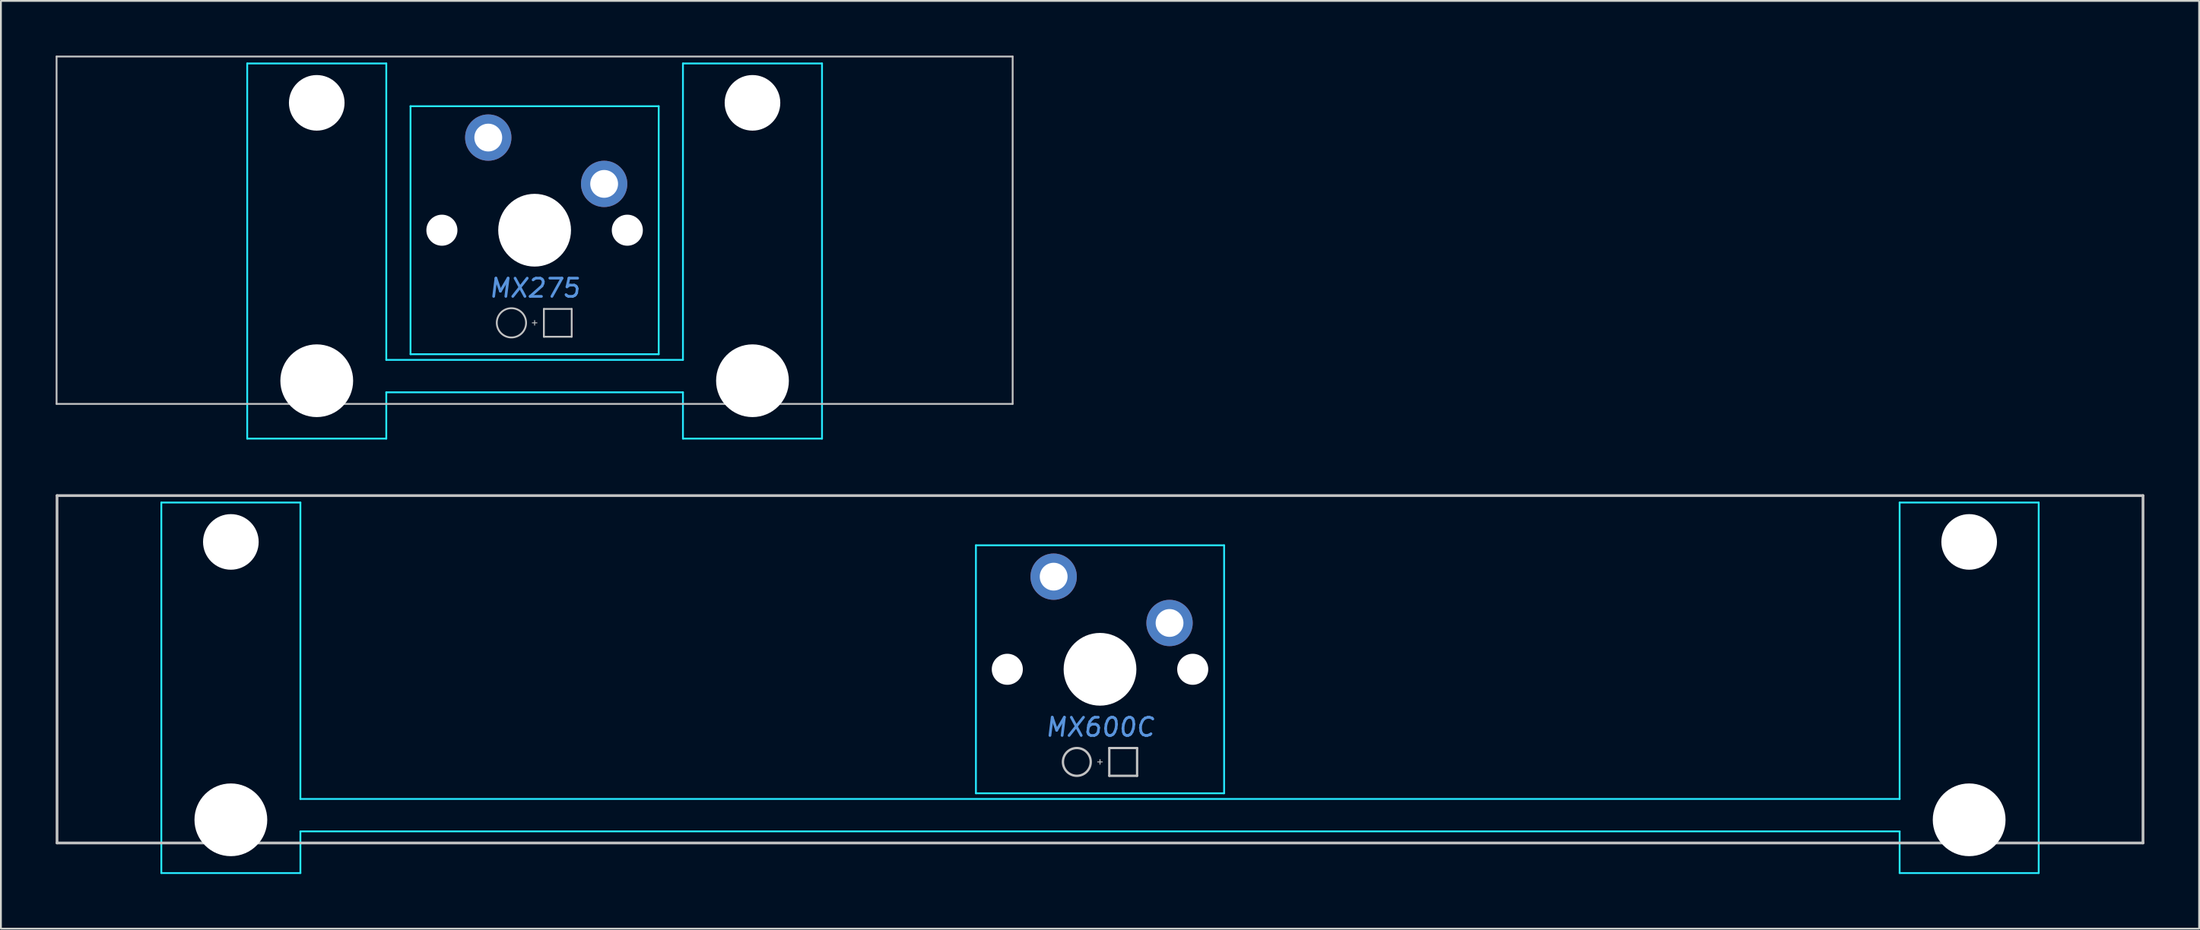
<source format=kicad_pcb>
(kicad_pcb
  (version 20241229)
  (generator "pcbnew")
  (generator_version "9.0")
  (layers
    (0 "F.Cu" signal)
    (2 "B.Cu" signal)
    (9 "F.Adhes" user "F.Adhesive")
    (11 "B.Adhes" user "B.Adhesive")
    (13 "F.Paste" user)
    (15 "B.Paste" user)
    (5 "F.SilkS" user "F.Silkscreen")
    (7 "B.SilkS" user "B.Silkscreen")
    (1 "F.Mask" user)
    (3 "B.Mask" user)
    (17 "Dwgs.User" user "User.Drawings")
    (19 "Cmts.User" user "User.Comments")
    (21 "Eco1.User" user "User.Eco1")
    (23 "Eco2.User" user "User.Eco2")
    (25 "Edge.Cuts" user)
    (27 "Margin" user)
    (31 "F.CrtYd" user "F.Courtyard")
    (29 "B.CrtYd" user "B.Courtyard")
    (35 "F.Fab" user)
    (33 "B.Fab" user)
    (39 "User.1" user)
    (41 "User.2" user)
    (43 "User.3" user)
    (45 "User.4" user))
  (footprint "MX600C"
    (layer "F.Cu")
    (at 57.225 33.655)
    (property "Reference" "MX600C" (at 0 3.175 0) (layer "Cmts.User") (effects (font (size 1 1) (thickness 0.15) (italic yes))))
    (attr through_hole)
    (fp_line (start -57.15 -9.525) (end 57.15 -9.525) (stroke (width 0.15) (type solid)) (layer "Dwgs.User"))
    (fp_line (start -57.15 9.525) (end -57.15 -9.525) (stroke (width 0.15) (type solid)) (layer "Dwgs.User"))
    (fp_line (start -57.15 9.525) (end 57.15 9.525) (stroke (width 0.15) (type solid)) (layer "Dwgs.User"))
    (fp_line (start -0.127 5.08) (end 0.127 5.08) (stroke (width 0.051) (type solid)) (layer "Dwgs.User"))
    (fp_line (start 0 5.207) (end 0 4.953) (stroke (width 0.051) (type solid)) (layer "Dwgs.User"))
    (fp_line (start 0.508 4.318) (end 0.508 5.842) (stroke (width 0.127) (type solid)) (layer "Dwgs.User"))
    (fp_line (start 0.508 4.318) (end 2.032 4.318) (stroke (width 0.127) (type solid)) (layer "Dwgs.User"))
    (fp_line (start 0.508 5.842) (end 2.032 5.842) (stroke (width 0.127) (type solid)) (layer "Dwgs.User"))
    (fp_line (start 2.032 5.842) (end 2.032 4.318) (stroke (width 0.127) (type solid)) (layer "Dwgs.User"))
    (fp_line (start 57.15 -9.525) (end 57.15 9.525) (stroke (width 0.15) (type solid)) (layer "Dwgs.User"))
    (fp_circle (center -1.27 5.08) (end -0.508 5.08) (stroke (width 0.127) (type solid)) (fill no) (layer "Dwgs.User"))
    (fp_line (start -51.125 -5.485) (end -51.125 8.515) (stroke (width 0.1) (type solid)) (layer "Eco1.User"))
    (fp_line (start -50.625 -5.985) (end -44.625 -5.985) (stroke (width 0.1) (type solid)) (layer "Eco1.User"))
    (fp_line (start -44.625 9.015) (end -50.625 9.015) (stroke (width 0.1) (type solid)) (layer "Eco1.User"))
    (fp_line (start -44.125 8.515) (end -44.125 -5.485) (stroke (width 0.1) (type solid)) (layer "Eco1.User"))
    (fp_line (start -7 -6.5) (end -7 6.5) (stroke (width 0.1) (type solid)) (layer "Eco1.User"))
    (fp_line (start -6.5 7) (end 6.5 7) (stroke (width 0.1) (type solid)) (layer "Eco1.User"))
    (fp_line (start 6.5 -7) (end -6.5 -7) (stroke (width 0.1) (type solid)) (layer "Eco1.User"))
    (fp_line (start 7 6.5) (end 7 -6.5) (stroke (width 0.1) (type solid)) (layer "Eco1.User"))
    (fp_line (start 44.125 -5.485) (end 44.125 8.515) (stroke (width 0.1) (type solid)) (layer "Eco1.User"))
    (fp_line (start 44.625 -5.985) (end 50.625 -5.985) (stroke (width 0.1) (type solid)) (layer "Eco1.User"))
    (fp_line (start 50.625 9.015) (end 44.625 9.015) (stroke (width 0.1) (type solid)) (layer "Eco1.User"))
    (fp_line (start 51.125 8.515) (end 51.125 -5.485) (stroke (width 0.1) (type solid)) (layer "Eco1.User"))
    (fp_arc (start -51.125 -5.485) (mid -50.978553 -5.838553) (end -50.625 -5.985) (stroke (width 0.1) (type solid)) (layer "Eco1.User"))
    (fp_arc (start -50.625 9.015) (mid -50.978553 8.868553) (end -51.125 8.515) (stroke (width 0.1) (type solid)) (layer "Eco1.User"))
    (fp_arc (start -44.625 -5.985) (mid -44.271447 -5.838553) (end -44.125 -5.485) (stroke (width 0.1) (type solid)) (layer "Eco1.User"))
    (fp_arc (start -44.125 8.515) (mid -44.271447 8.868553) (end -44.625 9.015) (stroke (width 0.1) (type solid)) (layer "Eco1.User"))
    (fp_arc (start -7 -6.5) (mid -6.853553 -6.853553) (end -6.5 -7) (stroke (width 0.1) (type solid)) (layer "Eco1.User"))
    (fp_arc (start -6.5 7) (mid -6.853553 6.853553) (end -7 6.5) (stroke (width 0.1) (type solid)) (layer "Eco1.User"))
    (fp_arc (start 6.5 -7) (mid 6.853553 -6.853553) (end 7 -6.5) (stroke (width 0.1) (type solid)) (layer "Eco1.User"))
    (fp_arc (start 7 6.5) (mid 6.853553 6.853553) (end 6.5 7) (stroke (width 0.1) (type solid)) (layer "Eco1.User"))
    (fp_arc (start 44.125 -5.485) (mid 44.271447 -5.838553) (end 44.625 -5.985) (stroke (width 0.1) (type solid)) (layer "Eco1.User"))
    (fp_arc (start 44.625 9.015) (mid 44.271447 8.868553) (end 44.125 8.515) (stroke (width 0.1) (type solid)) (layer "Eco1.User"))
    (fp_arc (start 50.625 -5.985) (mid 50.978553 -5.838553) (end 51.125 -5.485) (stroke (width 0.1) (type solid)) (layer "Eco1.User"))
    (fp_arc (start 51.125 8.515) (mid 50.978553 8.868553) (end 50.625 9.015) (stroke (width 0.1) (type solid)) (layer "Eco1.User"))
    (fp_line (start -51.435 -9.144) (end -51.435 11.176) (stroke (width 0.1) (type solid)) (layer "B.CrtYd"))
    (fp_line (start -51.435 -9.144) (end -43.815 -9.144) (stroke (width 0.1) (type solid)) (layer "B.CrtYd"))
    (fp_line (start -51.435 11.176) (end -43.815 11.176) (stroke (width 0.1) (type solid)) (layer "B.CrtYd"))
    (fp_line (start -43.815 7.112) (end -43.815 -9.144) (stroke (width 0.1) (type solid)) (layer "B.CrtYd"))
    (fp_line (start -43.815 7.112) (end 43.815 7.112) (stroke (width 0.1) (type solid)) (layer "B.CrtYd"))
    (fp_line (start -43.815 8.89) (end -43.815 11.176) (stroke (width 0.1) (type solid)) (layer "B.CrtYd"))
    (fp_line (start -43.815 8.89) (end 43.815 8.89) (stroke (width 0.1) (type solid)) (layer "B.CrtYd"))
    (fp_line (start -6.8 -6.8) (end -6.8 6.8) (stroke (width 0.1) (type solid)) (layer "B.CrtYd"))
    (fp_line (start -6.8 -6.8) (end 6.8 -6.8) (stroke (width 0.1) (type solid)) (layer "B.CrtYd"))
    (fp_line (start -6.8 6.8) (end 6.8 6.8) (stroke (width 0.1) (type solid)) (layer "B.CrtYd"))
    (fp_line (start 6.8 6.8) (end 6.8 -6.8) (stroke (width 0.1) (type solid)) (layer "B.CrtYd"))
    (fp_line (start 43.815 -9.144) (end 51.435 -9.144) (stroke (width 0.1) (type solid)) (layer "B.CrtYd"))
    (fp_line (start 43.815 7.112) (end 43.815 -9.144) (stroke (width 0.1) (type solid)) (layer "B.CrtYd"))
    (fp_line (start 43.815 8.89) (end 43.815 11.176) (stroke (width 0.1) (type solid)) (layer "B.CrtYd"))
    (fp_line (start 43.815 11.176) (end 51.435 11.176) (stroke (width 0.1) (type solid)) (layer "B.CrtYd"))
    (fp_line (start 51.435 -9.144) (end 51.435 11.176) (stroke (width 0.1) (type solid)) (layer "B.CrtYd"))
    (pad "" np_thru_hole circle (at -47.625 -6.985 180) (size 3.048 3.048) (drill 3.048) (layers "*.Cu" "*.Mask"))
    (pad "" np_thru_hole circle (at -47.625 8.255 180) (size 3.988 3.988) (drill 3.988) (layers "*.Cu" "*.Mask"))
    (pad "" np_thru_hole circle (at -5.08 0) (size 1.702 1.702) (drill 1.702) (layers "*.Cu" "*.Mask"))
    (pad "" connect circle (at -2.54 -5.08) (size 1.524 1.524) (layers "B.Mask"))
    (pad "" np_thru_hole circle (at 0 0) (size 3.988 3.988) (drill 3.988) (layers "*.Cu" "*.Mask"))
    (pad "" connect circle (at 3.81 -2.54) (size 1.524 1.524) (layers "B.Mask"))
    (pad "" np_thru_hole circle (at 5.08 0) (size 1.702 1.702) (drill 1.702) (layers "*.Cu" "*.Mask"))
    (pad "" np_thru_hole circle (at 47.625 -6.985 180) (size 3.048 3.048) (drill 3.048) (layers "*.Cu" "*.Mask"))
    (pad "" np_thru_hole circle (at 47.625 8.255 180) (size 3.988 3.988) (drill 3.988) (layers "*.Cu" "*.Mask"))
    (pad "1" thru_hole circle (at -2.54 -5.08) (size 2.54 2.54) (drill 1.524) (layers "*.Cu" "F.Mask"))
    (pad "2" thru_hole circle (at 3.81 -2.54) (size 2.54 2.54) (drill 1.524) (layers "*.Cu" "F.Mask")))
  (footprint "MX275"
    (layer "F.Cu")
    (at 26.244 9.575)
    (property "Reference" "MX275" (at 0 3.175 0) (layer "Cmts.User") (effects (font (size 1 1) (thickness 0.15) (italic yes))))
    (attr through_hole)
    (fp_line (start -26.194 -9.525) (end -26.194 9.525) (stroke (width 0.1) (type solid)) (layer "Dwgs.User"))
    (fp_line (start -26.194 -9.525) (end 26.194 -9.525) (stroke (width 0.1) (type solid)) (layer "Dwgs.User"))
    (fp_line (start -26.194 9.525) (end 26.194 9.525) (stroke (width 0.1) (type solid)) (layer "Dwgs.User"))
    (fp_line (start -0.127 5.08) (end 0.127 5.08) (stroke (width 0.05) (type solid)) (layer "Dwgs.User"))
    (fp_line (start 0 5.207) (end 0 4.953) (stroke (width 0.05) (type solid)) (layer "Dwgs.User"))
    (fp_line (start 0.508 4.318) (end 0.508 5.842) (stroke (width 0.1) (type solid)) (layer "Dwgs.User"))
    (fp_line (start 0.508 4.318) (end 2.032 4.318) (stroke (width 0.1) (type solid)) (layer "Dwgs.User"))
    (fp_line (start 0.508 5.842) (end 2.032 5.842) (stroke (width 0.1) (type solid)) (layer "Dwgs.User"))
    (fp_line (start 2.032 5.842) (end 2.032 4.318) (stroke (width 0.1) (type solid)) (layer "Dwgs.User"))
    (fp_line (start 26.194 -9.525) (end 26.194 9.525) (stroke (width 0.1) (type solid)) (layer "Dwgs.User"))
    (fp_circle (center -1.27 5.08) (end -0.467 5.08) (stroke (width 0.1) (type solid)) (fill no) (layer "Dwgs.User"))
    (fp_line (start -15.438 -5.485) (end -15.438 8.515) (stroke (width 0.1) (type solid)) (layer "Eco1.User"))
    (fp_line (start -14.938 -5.985) (end -8.938 -5.985) (stroke (width 0.1) (type solid)) (layer "Eco1.User"))
    (fp_line (start -8.938 9.015) (end -14.938 9.015) (stroke (width 0.1) (type solid)) (layer "Eco1.User"))
    (fp_line (start -8.438 8.515) (end -8.438 -5.485) (stroke (width 0.1) (type solid)) (layer "Eco1.User"))
    (fp_line (start -7 -6.5) (end -7 6.5) (stroke (width 0.1) (type solid)) (layer "Eco1.User"))
    (fp_line (start -6.5 7) (end 6.5 7) (stroke (width 0.1) (type solid)) (layer "Eco1.User"))
    (fp_line (start 6.5 -7) (end -6.5 -7) (stroke (width 0.1) (type solid)) (layer "Eco1.User"))
    (fp_line (start 7 6.5) (end 7 -6.5) (stroke (width 0.1) (type solid)) (layer "Eco1.User"))
    (fp_line (start 8.438 -5.485) (end 8.438 8.515) (stroke (width 0.1) (type solid)) (layer "Eco1.User"))
    (fp_line (start 8.938 -5.985) (end 14.938 -5.985) (stroke (width 0.1) (type solid)) (layer "Eco1.User"))
    (fp_line (start 14.938 9.015) (end 8.938 9.015) (stroke (width 0.1) (type solid)) (layer "Eco1.User"))
    (fp_line (start 15.438 8.515) (end 15.438 -5.485) (stroke (width 0.1) (type solid)) (layer "Eco1.User"))
    (fp_arc (start -15.438 -5.485) (mid -15.291553 -5.838553) (end -14.938 -5.985) (stroke (width 0.1) (type solid)) (layer "Eco1.User"))
    (fp_arc (start -14.938 9.015) (mid -15.291553 8.868553) (end -15.438 8.515) (stroke (width 0.1) (type solid)) (layer "Eco1.User"))
    (fp_arc (start -8.938 -5.985) (mid -8.584447 -5.838553) (end -8.438 -5.485) (stroke (width 0.1) (type solid)) (layer "Eco1.User"))
    (fp_arc (start -8.438 8.515) (mid -8.584447 8.868553) (end -8.938 9.015) (stroke (width 0.1) (type solid)) (layer "Eco1.User"))
    (fp_arc (start -7 -6.5) (mid -6.853553 -6.853553) (end -6.5 -7) (stroke (width 0.1) (type solid)) (layer "Eco1.User"))
    (fp_arc (start -6.5 7) (mid -6.853553 6.853553) (end -7 6.5) (stroke (width 0.1) (type solid)) (layer "Eco1.User"))
    (fp_arc (start 6.5 -7) (mid 6.853553 -6.853553) (end 7 -6.5) (stroke (width 0.1) (type solid)) (layer "Eco1.User"))
    (fp_arc (start 7 6.5) (mid 6.853553 6.853553) (end 6.5 7) (stroke (width 0.1) (type solid)) (layer "Eco1.User"))
    (fp_arc (start 8.438 -5.485) (mid 8.584447 -5.838553) (end 8.938 -5.985) (stroke (width 0.1) (type solid)) (layer "Eco1.User"))
    (fp_arc (start 8.938 9.015) (mid 8.584447 8.868553) (end 8.438 8.515) (stroke (width 0.1) (type solid)) (layer "Eco1.User"))
    (fp_arc (start 14.938 -5.985) (mid 15.291553 -5.838553) (end 15.438 -5.485) (stroke (width 0.1) (type solid)) (layer "Eco1.User"))
    (fp_arc (start 15.438 8.515) (mid 15.291553 8.868553) (end 14.938 9.015) (stroke (width 0.1) (type solid)) (layer "Eco1.User"))
    (fp_line (start -15.748 -9.144) (end -8.128 -9.144) (stroke (width 0.1) (type solid)) (layer "B.CrtYd"))
    (fp_line (start -15.748 11.43) (end -15.748 -9.144) (stroke (width 0.1) (type solid)) (layer "B.CrtYd"))
    (fp_line (start -8.128 -9.144) (end -8.128 7.112) (stroke (width 0.1) (type solid)) (layer "B.CrtYd"))
    (fp_line (start -8.128 7.112) (end 8.128 7.112) (stroke (width 0.1) (type solid)) (layer "B.CrtYd"))
    (fp_line (start -8.128 8.89) (end 8.128 8.89) (stroke (width 0.1) (type solid)) (layer "B.CrtYd"))
    (fp_line (start -8.128 11.43) (end -15.748 11.43) (stroke (width 0.1) (type solid)) (layer "B.CrtYd"))
    (fp_line (start -8.128 11.43) (end -8.128 8.89) (stroke (width 0.1) (type solid)) (layer "B.CrtYd"))
    (fp_line (start -6.8 6.8) (end -6.8 -6.8) (stroke (width 0.1) (type solid)) (layer "B.CrtYd"))
    (fp_line (start 6.8 -6.8) (end -6.8 -6.8) (stroke (width 0.1) (type solid)) (layer "B.CrtYd"))
    (fp_line (start 6.8 6.8) (end -6.8 6.8) (stroke (width 0.1) (type solid)) (layer "B.CrtYd"))
    (fp_line (start 6.8 6.8) (end 6.8 -6.8) (stroke (width 0.1) (type solid)) (layer "B.CrtYd"))
    (fp_line (start 8.128 -9.144) (end 8.128 7.112) (stroke (width 0.1) (type solid)) (layer "B.CrtYd"))
    (fp_line (start 8.128 -9.144) (end 15.748 -9.144) (stroke (width 0.1) (type solid)) (layer "B.CrtYd"))
    (fp_line (start 8.128 11.43) (end 8.128 8.89) (stroke (width 0.1) (type solid)) (layer "B.CrtYd"))
    (fp_line (start 15.748 -9.144) (end 15.748 11.43) (stroke (width 0.1) (type solid)) (layer "B.CrtYd"))
    (fp_line (start 15.748 11.43) (end 8.128 11.43) (stroke (width 0.1) (type solid)) (layer "B.CrtYd"))
    (pad "" np_thru_hole circle (at -11.938 -6.985) (size 3.048 3.048) (drill 3.048) (layers "*.Cu" "*.Mask"))
    (pad "" np_thru_hole circle (at -11.938 8.255) (size 3.988 3.988) (drill 3.988) (layers "*.Cu" "*.Mask"))
    (pad "" np_thru_hole circle (at -5.08 0) (size 1.702 1.702) (drill 1.702) (layers "*.Cu" "*.Mask"))
    (pad "" connect circle (at -2.54 -5.08) (size 1.524 1.524) (layers "B.Mask"))
    (pad "" np_thru_hole circle (at 0 0) (size 3.988 3.988) (drill 3.988) (layers "*.Cu" "*.Mask"))
    (pad "" connect circle (at 3.81 -2.54) (size 1.524 1.524) (layers "B.Mask"))
    (pad "" np_thru_hole circle (at 5.08 0) (size 1.702 1.702) (drill 1.702) (layers "*.Cu" "*.Mask"))
    (pad "" np_thru_hole circle (at 11.938 -6.985) (size 3.048 3.048) (drill 3.048) (layers "*.Cu" "*.Mask"))
    (pad "" np_thru_hole circle (at 11.938 8.255) (size 3.988 3.988) (drill 3.988) (layers "*.Cu" "*.Mask"))
    (pad "1" thru_hole circle (at -2.54 -5.08) (size 2.54 2.54) (drill 1.524) (layers "*.Cu" "F.Mask"))
    (pad "2" thru_hole circle (at 3.81 -2.54) (size 2.54 2.54) (drill 1.524) (layers "*.Cu" "F.Mask")))
  (gr_rect
    (start -3 -3)
    (end 117.45 47.881)
    (stroke (width 0.1) (type default))
    (fill no)
    (layer "Edge.Cuts")))
</source>
